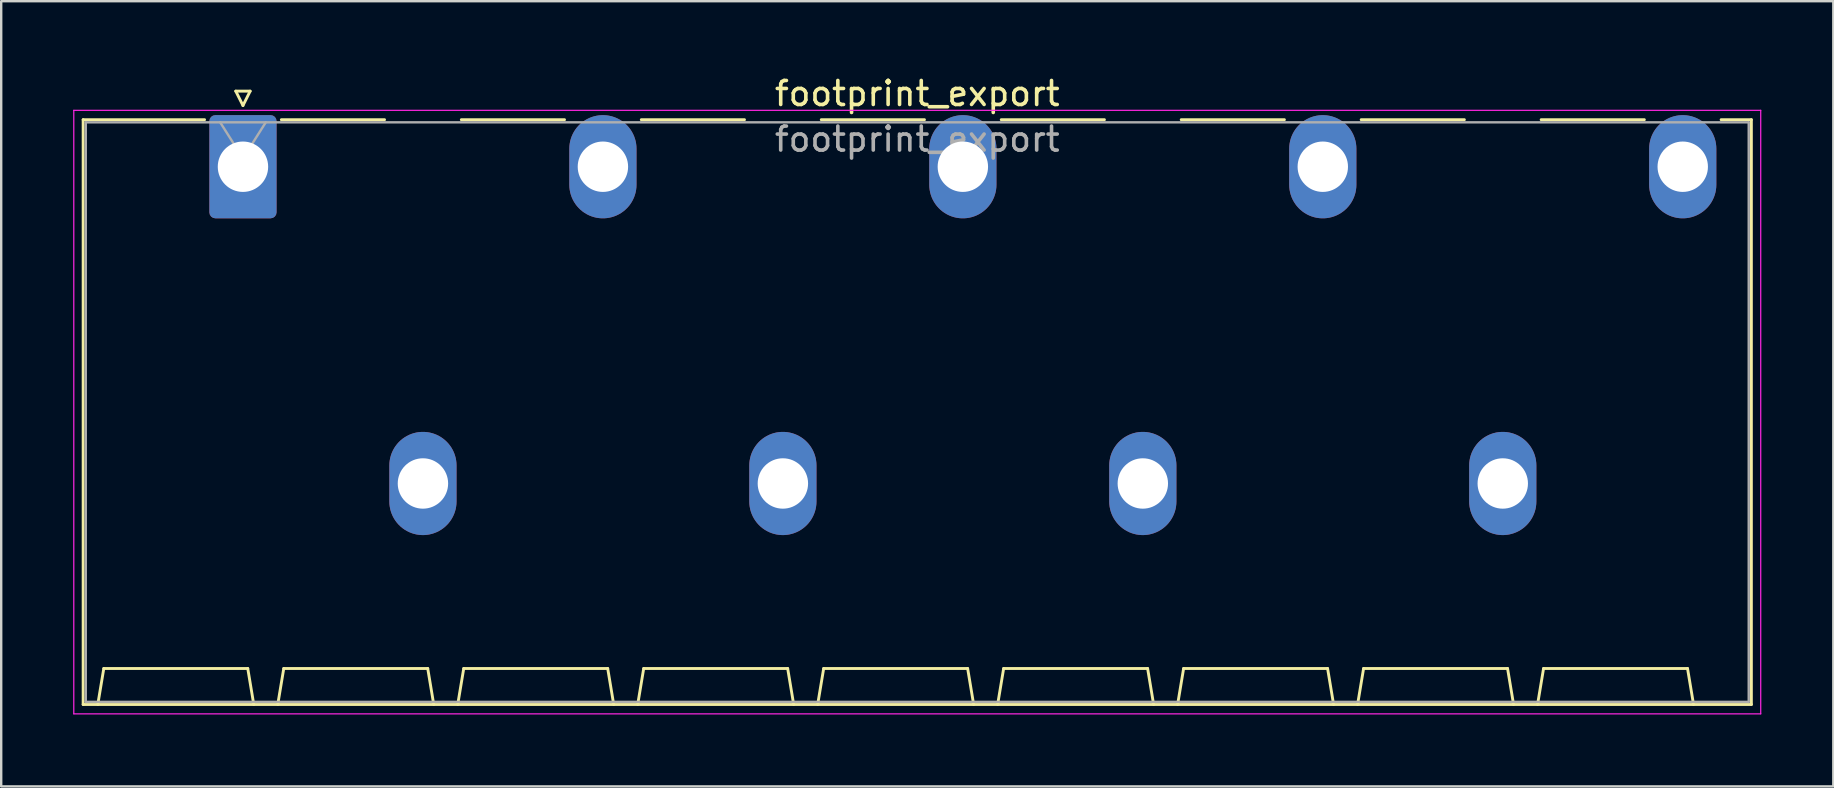
<source format=kicad_pcb>
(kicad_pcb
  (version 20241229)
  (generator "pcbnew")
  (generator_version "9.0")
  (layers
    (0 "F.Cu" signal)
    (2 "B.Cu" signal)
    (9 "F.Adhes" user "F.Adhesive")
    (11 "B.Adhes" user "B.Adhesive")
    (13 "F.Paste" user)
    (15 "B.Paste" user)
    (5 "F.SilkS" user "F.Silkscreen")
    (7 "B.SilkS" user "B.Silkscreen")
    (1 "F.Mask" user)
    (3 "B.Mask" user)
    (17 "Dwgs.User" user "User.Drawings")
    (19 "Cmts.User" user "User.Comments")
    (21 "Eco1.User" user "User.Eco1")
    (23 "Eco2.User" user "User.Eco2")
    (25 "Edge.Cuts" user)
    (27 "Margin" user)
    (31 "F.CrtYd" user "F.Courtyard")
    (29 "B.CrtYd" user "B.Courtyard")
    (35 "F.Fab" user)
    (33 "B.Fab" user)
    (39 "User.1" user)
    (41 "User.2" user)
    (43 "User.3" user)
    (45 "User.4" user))
  (footprint "footprint_export"
    (layer "F.Cu")
    (at 7.075 3.898)
    (property "Reference" "footprint_export" (at 28.1 -3.05 0) (layer "F.SilkS") (effects (font (size 1 1) (thickness 0.15))))
    (attr through_hole)
    (fp_line (start -6.66 -1.96) (end -1.6 -1.96) (stroke (width 0.12) (type solid)) (layer "F.SilkS"))
    (fp_line (start -6.66 22.41) (end -6.66 -1.96) (stroke (width 0.12) (type solid)) (layer "F.SilkS"))
    (fp_line (start -6.05 22.41) (end -5.8 20.91) (stroke (width 0.12) (type solid)) (layer "F.SilkS"))
    (fp_line (start -5.8 20.91) (end 0.2 20.91) (stroke (width 0.12) (type solid)) (layer "F.SilkS"))
    (fp_line (start -0.3 -3.15) (end 0 -2.55) (stroke (width 0.12) (type solid)) (layer "F.SilkS"))
    (fp_line (start -0.3 -3.15) (end 0.3 -3.15) (stroke (width 0.12) (type solid)) (layer "F.SilkS"))
    (fp_line (start 0.3 -3.15) (end 0 -2.55) (stroke (width 0.12) (type solid)) (layer "F.SilkS"))
    (fp_line (start 0.45 22.41) (end 0.2 20.91) (stroke (width 0.12) (type solid)) (layer "F.SilkS"))
    (fp_line (start 1.45 22.41) (end 1.7 20.91) (stroke (width 0.12) (type solid)) (layer "F.SilkS"))
    (fp_line (start 1.6 -1.96) (end 5.9 -1.96) (stroke (width 0.12) (type solid)) (layer "F.SilkS"))
    (fp_line (start 1.7 20.91) (end 7.7 20.91) (stroke (width 0.12) (type solid)) (layer "F.SilkS"))
    (fp_line (start 7.95 22.41) (end 7.7 20.91) (stroke (width 0.12) (type solid)) (layer "F.SilkS"))
    (fp_line (start 8.95 22.41) (end 9.2 20.91) (stroke (width 0.12) (type solid)) (layer "F.SilkS"))
    (fp_line (start 9.1 -1.96) (end 13.4 -1.96) (stroke (width 0.12) (type solid)) (layer "F.SilkS"))
    (fp_line (start 9.2 20.91) (end 15.2 20.91) (stroke (width 0.12) (type solid)) (layer "F.SilkS"))
    (fp_line (start 15.45 22.41) (end 15.2 20.91) (stroke (width 0.12) (type solid)) (layer "F.SilkS"))
    (fp_line (start 16.45 22.41) (end 16.7 20.91) (stroke (width 0.12) (type solid)) (layer "F.SilkS"))
    (fp_line (start 16.6 -1.96) (end 20.9 -1.96) (stroke (width 0.12) (type solid)) (layer "F.SilkS"))
    (fp_line (start 16.7 20.91) (end 22.7 20.91) (stroke (width 0.12) (type solid)) (layer "F.SilkS"))
    (fp_line (start 22.95 22.41) (end 22.7 20.91) (stroke (width 0.12) (type solid)) (layer "F.SilkS"))
    (fp_line (start 23.95 22.41) (end 24.2 20.91) (stroke (width 0.12) (type solid)) (layer "F.SilkS"))
    (fp_line (start 24.1 -1.96) (end 28.4 -1.96) (stroke (width 0.12) (type solid)) (layer "F.SilkS"))
    (fp_line (start 24.2 20.91) (end 30.2 20.91) (stroke (width 0.12) (type solid)) (layer "F.SilkS"))
    (fp_line (start 30.45 22.41) (end 30.2 20.91) (stroke (width 0.12) (type solid)) (layer "F.SilkS"))
    (fp_line (start 31.45 22.41) (end 31.7 20.91) (stroke (width 0.12) (type solid)) (layer "F.SilkS"))
    (fp_line (start 31.6 -1.96) (end 35.9 -1.96) (stroke (width 0.12) (type solid)) (layer "F.SilkS"))
    (fp_line (start 31.7 20.91) (end 37.7 20.91) (stroke (width 0.12) (type solid)) (layer "F.SilkS"))
    (fp_line (start 37.95 22.41) (end 37.7 20.91) (stroke (width 0.12) (type solid)) (layer "F.SilkS"))
    (fp_line (start 38.95 22.41) (end 39.2 20.91) (stroke (width 0.12) (type solid)) (layer "F.SilkS"))
    (fp_line (start 39.1 -1.96) (end 43.4 -1.96) (stroke (width 0.12) (type solid)) (layer "F.SilkS"))
    (fp_line (start 39.2 20.91) (end 45.2 20.91) (stroke (width 0.12) (type solid)) (layer "F.SilkS"))
    (fp_line (start 45.45 22.41) (end 45.2 20.91) (stroke (width 0.12) (type solid)) (layer "F.SilkS"))
    (fp_line (start 46.45 22.41) (end 46.7 20.91) (stroke (width 0.12) (type solid)) (layer "F.SilkS"))
    (fp_line (start 46.6 -1.96) (end 50.9 -1.96) (stroke (width 0.12) (type solid)) (layer "F.SilkS"))
    (fp_line (start 46.7 20.91) (end 52.7 20.91) (stroke (width 0.12) (type solid)) (layer "F.SilkS"))
    (fp_line (start 52.95 22.41) (end 52.7 20.91) (stroke (width 0.12) (type solid)) (layer "F.SilkS"))
    (fp_line (start 53.95 22.41) (end 54.2 20.91) (stroke (width 0.12) (type solid)) (layer "F.SilkS"))
    (fp_line (start 54.1 -1.96) (end 58.4 -1.96) (stroke (width 0.12) (type solid)) (layer "F.SilkS"))
    (fp_line (start 54.2 20.91) (end 60.2 20.91) (stroke (width 0.12) (type solid)) (layer "F.SilkS"))
    (fp_line (start 60.45 22.41) (end 60.2 20.91) (stroke (width 0.12) (type solid)) (layer "F.SilkS"))
    (fp_line (start 61.6 -1.96) (end 62.86 -1.96) (stroke (width 0.12) (type solid)) (layer "F.SilkS"))
    (fp_line (start 62.86 -1.96) (end 62.86 22.41) (stroke (width 0.12) (type solid)) (layer "F.SilkS"))
    (fp_line (start 62.86 22.41) (end -6.66 22.41) (stroke (width 0.12) (type solid)) (layer "F.SilkS"))
    (fp_line (start -7.05 -2.35) (end -7.05 22.8) (stroke (width 0.05) (type solid)) (layer "F.CrtYd"))
    (fp_line (start -7.05 22.8) (end 63.25 22.8) (stroke (width 0.05) (type solid)) (layer "F.CrtYd"))
    (fp_line (start 63.25 -2.35) (end -7.05 -2.35) (stroke (width 0.05) (type solid)) (layer "F.CrtYd"))
    (fp_line (start 63.25 22.8) (end 63.25 -2.35) (stroke (width 0.05) (type solid)) (layer "F.CrtYd"))
    (fp_line (start -6.55 -1.85) (end -6.55 22.3) (stroke (width 0.1) (type solid)) (layer "F.Fab"))
    (fp_line (start -6.55 22.3) (end 62.75 22.3) (stroke (width 0.1) (type solid)) (layer "F.Fab"))
    (fp_line (start -0.95 -1.85) (end 0 -0.35) (stroke (width 0.1) (type solid)) (layer "F.Fab"))
    (fp_line (start 0.95 -1.85) (end 0 -0.35) (stroke (width 0.1) (type solid)) (layer "F.Fab"))
    (fp_line (start 62.75 -1.85) (end -6.55 -1.85) (stroke (width 0.1) (type solid)) (layer "F.Fab"))
    (fp_line (start 62.75 22.3) (end 62.75 -1.85) (stroke (width 0.1) (type solid)) (layer "F.Fab"))
    (fp_text user "${REFERENCE}" (at 28.1 -1.15 0) (layer "F.Fab") (effects (font (size 1 1) (thickness 0.15))))
    (pad "1" thru_hole roundrect (at 0 0) (size 2.8 4.3) (drill 2.1) (layers "*.Cu" "*.Mask") (roundrect_rratio 0.089))
    (pad "2" thru_hole oval (at 7.5 13.2) (size 2.8 4.3) (drill 2.1) (layers "*.Cu" "*.Mask"))
    (pad "3" thru_hole oval (at 15 0) (size 2.8 4.3) (drill 2.1) (layers "*.Cu" "*.Mask"))
    (pad "4" thru_hole oval (at 22.5 13.2) (size 2.8 4.3) (drill 2.1) (layers "*.Cu" "*.Mask"))
    (pad "5" thru_hole oval (at 30 0) (size 2.8 4.3) (drill 2.1) (layers "*.Cu" "*.Mask"))
    (pad "6" thru_hole oval (at 37.5 13.2) (size 2.8 4.3) (drill 2.1) (layers "*.Cu" "*.Mask"))
    (pad "7" thru_hole oval (at 45 0) (size 2.8 4.3) (drill 2.1) (layers "*.Cu" "*.Mask"))
    (pad "8" thru_hole oval (at 52.5 13.2) (size 2.8 4.3) (drill 2.1) (layers "*.Cu" "*.Mask"))
    (pad "9" thru_hole oval (at 60 0) (size 2.8 4.3) (drill 2.1) (layers "*.Cu" "*.Mask")))
  (gr_rect
    (start -3 -3)
    (end 73.35 29.723)
    (stroke (width 0.1) (type default))
    (fill no)
    (layer "Edge.Cuts")))
</source>
